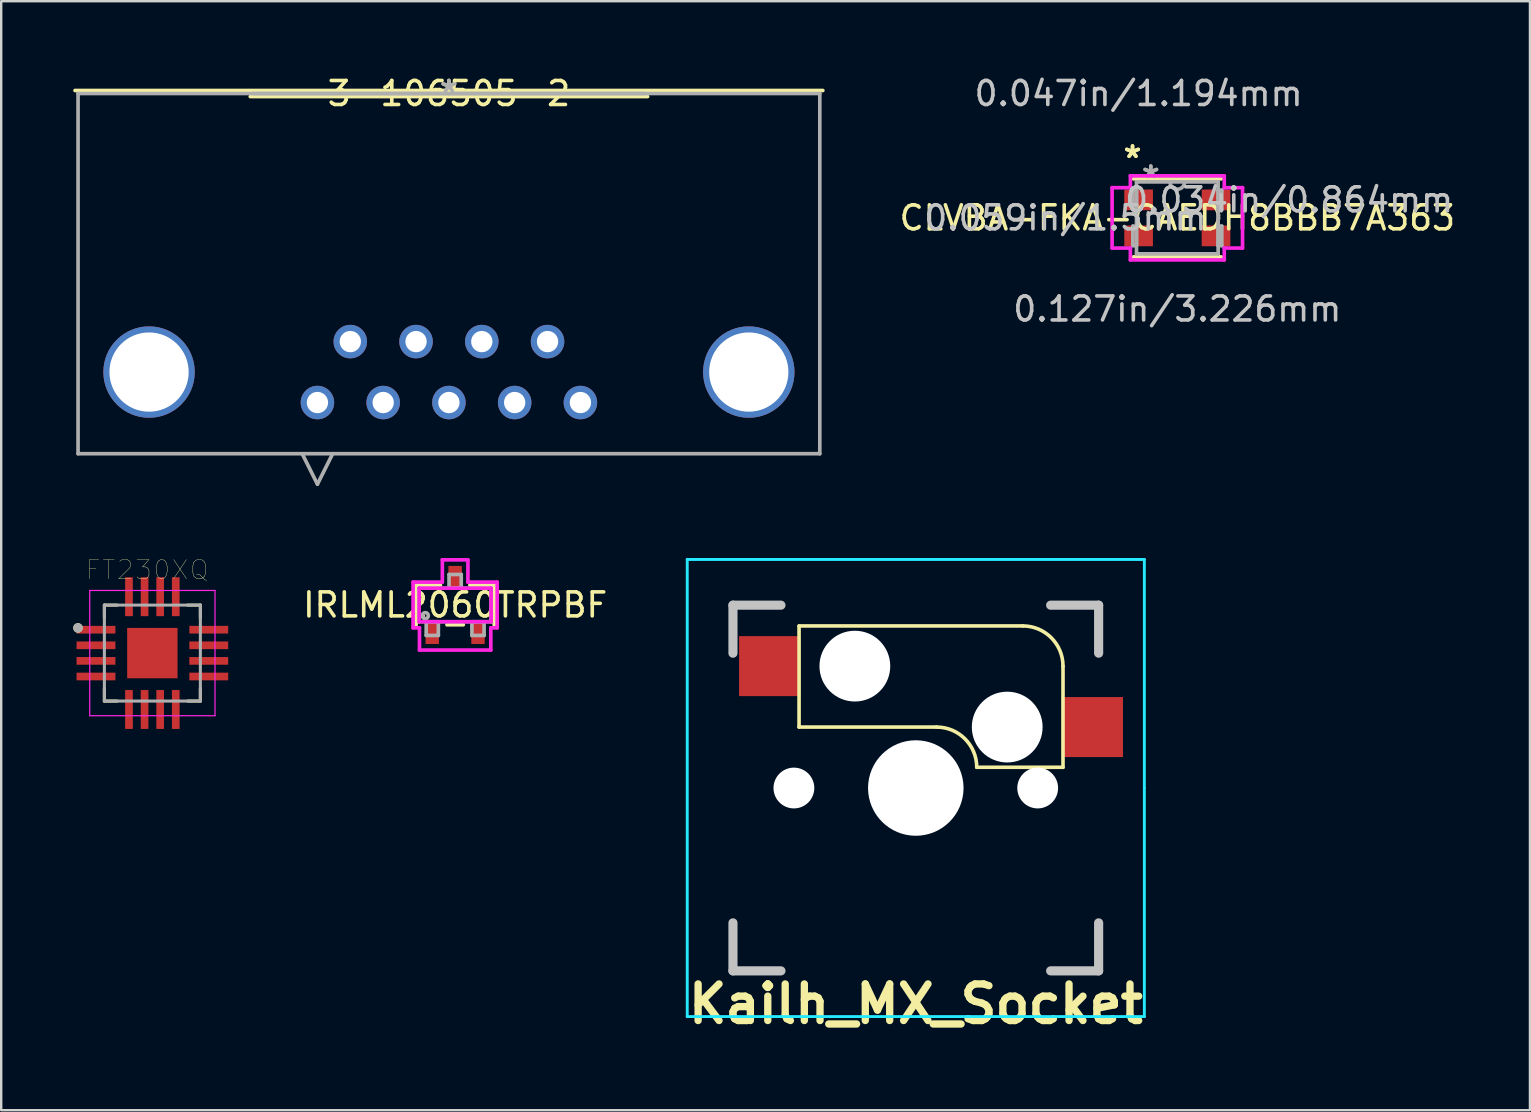
<source format=kicad_pcb>
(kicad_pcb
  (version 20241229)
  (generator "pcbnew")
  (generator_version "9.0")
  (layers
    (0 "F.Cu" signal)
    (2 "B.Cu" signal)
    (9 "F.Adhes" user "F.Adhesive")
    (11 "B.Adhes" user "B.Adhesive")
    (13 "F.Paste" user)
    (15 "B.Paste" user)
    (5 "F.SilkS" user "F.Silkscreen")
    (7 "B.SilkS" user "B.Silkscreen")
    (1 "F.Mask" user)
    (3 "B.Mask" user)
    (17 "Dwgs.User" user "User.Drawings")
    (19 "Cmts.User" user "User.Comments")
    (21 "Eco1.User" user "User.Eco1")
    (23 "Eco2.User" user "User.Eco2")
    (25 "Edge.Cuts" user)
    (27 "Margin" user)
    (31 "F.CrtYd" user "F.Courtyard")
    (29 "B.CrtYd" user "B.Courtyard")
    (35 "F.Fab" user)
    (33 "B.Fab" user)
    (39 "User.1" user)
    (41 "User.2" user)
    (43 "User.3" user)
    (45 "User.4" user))
  (footprint "3-106505-2"
    (layer "F.Cu")
    (at 15.659 0.848)
    (property "Reference" "3-106505-2" (at 0 0 0) (layer "F.SilkS") (effects (font (size 1 1) (thickness 0.15))))
    (attr through_hole)
    (fp_line (start -8.28 0.127) (end 8.28 0.127) (stroke (width 0.152) (type solid)) (layer "F.SilkS"))
    (fp_line (start 15.583 -0.127) (end -15.583 -0.127) (stroke (width 0.152) (type solid)) (layer "F.SilkS"))
    (fp_line (start -15.456 0) (end -15.456 15.011) (stroke (width 0.152) (type solid)) (layer "F.Fab"))
    (fp_line (start -15.456 15.011) (end 15.456 15.011) (stroke (width 0.152) (type solid)) (layer "F.Fab"))
    (fp_line (start -8.153 0) (end 8.153 0) (stroke (width 0.152) (type solid)) (layer "F.Fab"))
    (fp_line (start -6.115 15.011) (end -5.48 16.281) (stroke (width 0.152) (type solid)) (layer "F.Fab"))
    (fp_line (start -4.845 15.011) (end -5.48 16.281) (stroke (width 0.152) (type solid)) (layer "F.Fab"))
    (fp_line (start 15.456 0) (end -15.456 0) (stroke (width 0.152) (type solid)) (layer "F.Fab"))
    (fp_line (start 15.456 15.011) (end 15.456 0) (stroke (width 0.152) (type solid)) (layer "F.Fab"))
    (fp_text user "*" (at 0 0 0) (layer "F.SilkS") (effects (font (size 1 1) (thickness 0.15))))
    (fp_text user "Copyright 2016 Accelerated Designs. All rights reserved." (at 0 0 0) (layer "Cmts.User") (effects (font (size 0.127 0.127) (thickness 0.002))))
    (fp_text user "*" (at 0 0 0) (layer "F.Fab") (effects (font (size 1 1) (thickness 0.15))))
    (pad "1" thru_hole circle (at -5.48 12.878) (size 1.397 1.397) (drill 0.889) (layers "*.Cu" "*.Mask"))
    (pad "2" thru_hole circle (at -2.74 12.878) (size 1.397 1.397) (drill 0.889) (layers "*.Cu" "*.Mask"))
    (pad "3" thru_hole circle (at 0 12.878) (size 1.397 1.397) (drill 0.889) (layers "*.Cu" "*.Mask"))
    (pad "4" thru_hole circle (at 2.74 12.878) (size 1.397 1.397) (drill 0.889) (layers "*.Cu" "*.Mask"))
    (pad "5" thru_hole circle (at 5.48 12.878) (size 1.397 1.397) (drill 0.889) (layers "*.Cu" "*.Mask"))
    (pad "6" thru_hole circle (at -4.11 10.338) (size 1.397 1.397) (drill 0.889) (layers "*.Cu" "*.Mask"))
    (pad "7" thru_hole circle (at -1.37 10.338) (size 1.397 1.397) (drill 0.889) (layers "*.Cu" "*.Mask"))
    (pad "8" thru_hole circle (at 1.37 10.338) (size 1.397 1.397) (drill 0.889) (layers "*.Cu" "*.Mask"))
    (pad "9" thru_hole circle (at 4.11 10.338) (size 1.397 1.397) (drill 0.889) (layers "*.Cu" "*.Mask"))
    (pad "10" thru_hole circle (at -12.497 11.608) (size 3.81 3.81) (drill 3.302) (layers "*.Cu" "*.Mask"))
    (pad "11" thru_hole circle (at 12.497 11.608) (size 3.81 3.81) (drill 3.302) (layers "*.Cu" "*.Mask")))
  (footprint "IRLML2060TRPBF"
    (layer "F.Cu")
    (at 15.918 22.162)
    (property "Reference" "IRLML2060TRPBF" (at 0 0 0) (layer "F.SilkS") (effects (font (size 1 1) (thickness 0.15))))
    (attr through_hole)
    (fp_line (start -1.626 -0.826) (end -1.626 0.826) (stroke (width 0.152) (type solid)) (layer "F.SilkS"))
    (fp_line (start -0.612 -0.826) (end -1.626 -0.826) (stroke (width 0.152) (type solid)) (layer "F.SilkS"))
    (fp_line (start -0.34 0.826) (end 0.34 0.826) (stroke (width 0.152) (type solid)) (layer "F.SilkS"))
    (fp_line (start 1.626 -0.826) (end 0.612 -0.826) (stroke (width 0.152) (type solid)) (layer "F.SilkS"))
    (fp_line (start 1.626 0.826) (end 1.626 -0.826) (stroke (width 0.152) (type solid)) (layer "F.SilkS"))
    (fp_line (start -1.753 -0.953) (end -0.533 -0.953) (stroke (width 0.152) (type solid)) (layer "F.CrtYd"))
    (fp_line (start -1.753 0.953) (end -1.753 -0.953) (stroke (width 0.152) (type solid)) (layer "F.CrtYd"))
    (fp_line (start -1.499 -0.699) (end 1.499 -0.699) (stroke (width 0.152) (type solid)) (layer "F.CrtYd"))
    (fp_line (start -1.499 0.699) (end -1.499 -0.699) (stroke (width 0.152) (type solid)) (layer "F.CrtYd"))
    (fp_line (start -1.486 0.953) (end -1.753 0.953) (stroke (width 0.152) (type solid)) (layer "F.CrtYd"))
    (fp_line (start -1.486 1.88) (end -1.486 0.953) (stroke (width 0.152) (type solid)) (layer "F.CrtYd"))
    (fp_line (start -0.533 -1.88) (end 0.533 -1.88) (stroke (width 0.152) (type solid)) (layer "F.CrtYd"))
    (fp_line (start -0.533 -0.953) (end -0.533 -1.88) (stroke (width 0.152) (type solid)) (layer "F.CrtYd"))
    (fp_line (start 0.533 -1.88) (end 0.533 -0.953) (stroke (width 0.152) (type solid)) (layer "F.CrtYd"))
    (fp_line (start 0.533 -0.953) (end 1.753 -0.953) (stroke (width 0.152) (type solid)) (layer "F.CrtYd"))
    (fp_line (start 1.486 0.953) (end 1.486 1.88) (stroke (width 0.152) (type solid)) (layer "F.CrtYd"))
    (fp_line (start 1.486 1.88) (end -1.486 1.88) (stroke (width 0.152) (type solid)) (layer "F.CrtYd"))
    (fp_line (start 1.499 -0.699) (end 1.499 0.699) (stroke (width 0.152) (type solid)) (layer "F.CrtYd"))
    (fp_line (start 1.499 0.699) (end -1.499 0.699) (stroke (width 0.152) (type solid)) (layer "F.CrtYd"))
    (fp_line (start 1.753 -0.953) (end 1.753 0.953) (stroke (width 0.152) (type solid)) (layer "F.CrtYd"))
    (fp_line (start 1.753 0.953) (end 1.486 0.953) (stroke (width 0.152) (type solid)) (layer "F.CrtYd"))
    (fp_line (start -1.499 -0.699) (end -1.499 0.699) (stroke (width 0.152) (type solid)) (layer "F.Fab"))
    (fp_line (start -1.499 0.699) (end 1.499 0.699) (stroke (width 0.152) (type solid)) (layer "F.Fab"))
    (fp_line (start -1.206 0.699) (end -1.206 1.27) (stroke (width 0.152) (type solid)) (layer "F.Fab"))
    (fp_line (start -1.206 1.27) (end -0.699 1.27) (stroke (width 0.152) (type solid)) (layer "F.Fab"))
    (fp_line (start -0.699 0.699) (end -1.206 0.699) (stroke (width 0.152) (type solid)) (layer "F.Fab"))
    (fp_line (start -0.699 1.27) (end -0.699 0.699) (stroke (width 0.152) (type solid)) (layer "F.Fab"))
    (fp_line (start -0.254 -1.27) (end -0.254 -0.699) (stroke (width 0.152) (type solid)) (layer "F.Fab"))
    (fp_line (start -0.254 -0.699) (end 0.254 -0.699) (stroke (width 0.152) (type solid)) (layer "F.Fab"))
    (fp_line (start 0.254 -1.27) (end -0.254 -1.27) (stroke (width 0.152) (type solid)) (layer "F.Fab"))
    (fp_line (start 0.254 -0.699) (end 0.254 -1.27) (stroke (width 0.152) (type solid)) (layer "F.Fab"))
    (fp_line (start 0.699 0.699) (end 0.699 1.27) (stroke (width 0.152) (type solid)) (layer "F.Fab"))
    (fp_line (start 0.699 1.27) (end 1.206 1.27) (stroke (width 0.152) (type solid)) (layer "F.Fab"))
    (fp_line (start 1.206 0.699) (end 0.699 0.699) (stroke (width 0.152) (type solid)) (layer "F.Fab"))
    (fp_line (start 1.206 1.27) (end 1.206 0.699) (stroke (width 0.152) (type solid)) (layer "F.Fab"))
    (fp_line (start 1.499 -0.699) (end -1.499 -0.699) (stroke (width 0.152) (type solid)) (layer "F.Fab"))
    (fp_line (start 1.499 0.699) (end 1.499 -0.699) (stroke (width 0.152) (type solid)) (layer "F.Fab"))
    (fp_circle (center -1.245 0.445) (end -1.118 0.445) (stroke (width 0.152) (type solid)) (fill no) (layer "F.Fab"))
    (fp_text user "Copyright 2016 Accelerated Designs. All rights reserved." (at 0 0 0) (layer "Cmts.User") (effects (font (size 0.127 0.127) (thickness 0.002))))
    (pad "1" smd rect (at -0.953 1.194) (size 0.559 0.864) (layers "F.Cu" "F.Mask" "F.Paste"))
    (pad "2" smd rect (at 0.953 1.194) (size 0.559 0.864) (layers "F.Cu" "F.Mask" "F.Paste"))
    (pad "3" smd rect (at 0 -1.194) (size 0.559 0.864) (layers "F.Cu" "F.Mask" "F.Paste")))
  (footprint "FT230XQ"
    (layer "F.Cu")
    (at 3.3 24.168)
    (property "Reference" "FT230XQ" (at -0.218 -3.468 0) (layer "F.SilkS") (effects (font (size 0.8 0.8) (thickness 0.015))))
    (attr through_hole)
    (fp_line (start -2 -2) (end -1.47 -2) (stroke (width 0.127) (type solid)) (layer "F.SilkS"))
    (fp_line (start -2 -1.47) (end -2 -2) (stroke (width 0.127) (type solid)) (layer "F.SilkS"))
    (fp_line (start -2 2) (end -2 1.47) (stroke (width 0.127) (type solid)) (layer "F.SilkS"))
    (fp_line (start -1.47 2) (end -2 2) (stroke (width 0.127) (type solid)) (layer "F.SilkS"))
    (fp_line (start 1.47 -2) (end 2 -2) (stroke (width 0.127) (type solid)) (layer "F.SilkS"))
    (fp_line (start 2 -2) (end 2 -1.47) (stroke (width 0.127) (type solid)) (layer "F.SilkS"))
    (fp_line (start 2 1.47) (end 2 2) (stroke (width 0.127) (type solid)) (layer "F.SilkS"))
    (fp_line (start 2 2) (end 1.47 2) (stroke (width 0.127) (type solid)) (layer "F.SilkS"))
    (fp_circle (center -3.1 -1.05) (end -3 -1.05) (stroke (width 0.2) (type solid)) (fill no) (layer "F.SilkS"))
    (fp_poly (pts (xy -0.79 -0.79) (xy -0.13 -0.79) (xy -0.13 -0.13) (xy -0.79 -0.13)) (stroke (width 0.01) (type solid)) (fill yes) (layer "F.Paste"))
    (fp_poly (pts (xy -0.79 0.13) (xy -0.13 0.13) (xy -0.13 0.79) (xy -0.79 0.79)) (stroke (width 0.01) (type solid)) (fill yes) (layer "F.Paste"))
    (fp_poly (pts (xy 0.13 -0.79) (xy 0.79 -0.79) (xy 0.79 -0.13) (xy 0.13 -0.13)) (stroke (width 0.01) (type solid)) (fill yes) (layer "F.Paste"))
    (fp_poly (pts (xy 0.13 0.13) (xy 0.79 0.13) (xy 0.79 0.79) (xy 0.13 0.79)) (stroke (width 0.01) (type solid)) (fill yes) (layer "F.Paste"))
    (fp_line (start -2.61 -2.61) (end 2.61 -2.61) (stroke (width 0.05) (type solid)) (layer "F.CrtYd"))
    (fp_line (start -2.61 2.61) (end -2.61 -2.61) (stroke (width 0.05) (type solid)) (layer "F.CrtYd"))
    (fp_line (start 2.61 -2.61) (end 2.61 2.61) (stroke (width 0.05) (type solid)) (layer "F.CrtYd"))
    (fp_line (start 2.61 2.61) (end -2.61 2.61) (stroke (width 0.05) (type solid)) (layer "F.CrtYd"))
    (fp_line (start -2 -2) (end 2 -2) (stroke (width 0.127) (type solid)) (layer "F.Fab"))
    (fp_line (start -2 2) (end -2 -2) (stroke (width 0.127) (type solid)) (layer "F.Fab"))
    (fp_line (start 2 -2) (end 2 2) (stroke (width 0.127) (type solid)) (layer "F.Fab"))
    (fp_line (start 2 2) (end -2 2) (stroke (width 0.127) (type solid)) (layer "F.Fab"))
    (fp_circle (center -3.1 -1.05) (end -3 -1.05) (stroke (width 0.2) (type solid)) (fill no) (layer "F.Fab"))
    (pad "1" smd rect (at -2.35 -0.975) (size 1.62 0.32) (layers "F.Cu" "F.Mask" "F.Paste"))
    (pad "2" smd rect (at -2.35 -0.325) (size 1.62 0.32) (layers "F.Cu" "F.Mask" "F.Paste"))
    (pad "3" smd rect (at -2.35 0.325) (size 1.62 0.32) (layers "F.Cu" "F.Mask" "F.Paste"))
    (pad "4" smd rect (at -2.35 0.975) (size 1.62 0.32) (layers "F.Cu" "F.Mask" "F.Paste"))
    (pad "5" smd rect (at -0.975 2.35) (size 0.32 1.62) (layers "F.Cu" "F.Mask" "F.Paste"))
    (pad "6" smd rect (at -0.325 2.35) (size 0.32 1.62) (layers "F.Cu" "F.Mask" "F.Paste"))
    (pad "7" smd rect (at 0.325 2.35) (size 0.32 1.62) (layers "F.Cu" "F.Mask" "F.Paste"))
    (pad "8" smd rect (at 0.975 2.35) (size 0.32 1.62) (layers "F.Cu" "F.Mask" "F.Paste"))
    (pad "9" smd rect (at 2.35 0.975) (size 1.62 0.32) (layers "F.Cu" "F.Mask" "F.Paste"))
    (pad "10" smd rect (at 2.35 0.325) (size 1.62 0.32) (layers "F.Cu" "F.Mask" "F.Paste"))
    (pad "11" smd rect (at 2.35 -0.325) (size 1.62 0.32) (layers "F.Cu" "F.Mask" "F.Paste"))
    (pad "12" smd rect (at 2.35 -0.975) (size 1.62 0.32) (layers "F.Cu" "F.Mask" "F.Paste"))
    (pad "13" smd rect (at 0.975 -2.35) (size 0.32 1.62) (layers "F.Cu" "F.Mask" "F.Paste"))
    (pad "14" smd rect (at 0.325 -2.35) (size 0.32 1.62) (layers "F.Cu" "F.Mask" "F.Paste"))
    (pad "15" smd rect (at -0.325 -2.35) (size 0.32 1.62) (layers "F.Cu" "F.Mask" "F.Paste"))
    (pad "16" smd rect (at -0.975 -2.35) (size 0.32 1.62) (layers "F.Cu" "F.Mask" "F.Paste"))
    (pad "17" smd rect (at 0 0) (size 2.1 2.1) (layers "F.Cu" "F.Mask")))
  (footprint "CLVBA-FKA-CAEDH8BBB7A363"
    (layer "F.Cu")
    (at 46.015 6.03)
    (property "Reference" "CLVBA-FKA-CAEDH8BBB7A363" (at 0 0 0) (layer "F.SilkS") (effects (font (size 1 1) (thickness 0.15))))
    (attr through_hole)
    (fp_line (start -1.829 1.626) (end 1.829 1.626) (stroke (width 0.152) (type solid)) (layer "F.SilkS"))
    (fp_line (start 1.829 -1.626) (end -1.829 -1.626) (stroke (width 0.152) (type solid)) (layer "F.SilkS"))
    (fp_line (start -2.718 -1.258) (end -1.956 -1.258) (stroke (width 0.152) (type solid)) (layer "F.CrtYd"))
    (fp_line (start -2.718 1.258) (end -2.718 -1.258) (stroke (width 0.152) (type solid)) (layer "F.CrtYd"))
    (fp_line (start -1.956 -1.753) (end 1.956 -1.753) (stroke (width 0.152) (type solid)) (layer "F.CrtYd"))
    (fp_line (start -1.956 -1.258) (end -1.956 -1.753) (stroke (width 0.152) (type solid)) (layer "F.CrtYd"))
    (fp_line (start -1.956 1.258) (end -2.718 1.258) (stroke (width 0.152) (type solid)) (layer "F.CrtYd"))
    (fp_line (start -1.956 1.753) (end -1.956 1.258) (stroke (width 0.152) (type solid)) (layer "F.CrtYd"))
    (fp_line (start 1.956 -1.753) (end 1.956 -1.258) (stroke (width 0.152) (type solid)) (layer "F.CrtYd"))
    (fp_line (start 1.956 -1.258) (end 2.718 -1.258) (stroke (width 0.152) (type solid)) (layer "F.CrtYd"))
    (fp_line (start 1.956 1.258) (end 1.956 1.753) (stroke (width 0.152) (type solid)) (layer "F.CrtYd"))
    (fp_line (start 1.956 1.753) (end -1.956 1.753) (stroke (width 0.152) (type solid)) (layer "F.CrtYd"))
    (fp_line (start 2.718 -1.258) (end 2.718 1.258) (stroke (width 0.152) (type solid)) (layer "F.CrtYd"))
    (fp_line (start 2.718 1.258) (end 1.956 1.258) (stroke (width 0.152) (type solid)) (layer "F.CrtYd"))
    (fp_line (start -1.854 -1.156) (end -1.854 -0.344) (stroke (width 0.152) (type solid)) (layer "F.Fab"))
    (fp_line (start -1.854 -0.344) (end -1.702 -0.344) (stroke (width 0.152) (type solid)) (layer "F.Fab"))
    (fp_line (start -1.854 0.344) (end -1.854 1.156) (stroke (width 0.152) (type solid)) (layer "F.Fab"))
    (fp_line (start -1.854 1.156) (end -1.702 1.156) (stroke (width 0.152) (type solid)) (layer "F.Fab"))
    (fp_line (start -1.702 -1.499) (end -1.702 1.499) (stroke (width 0.152) (type solid)) (layer "F.Fab"))
    (fp_line (start -1.702 -1.156) (end -1.854 -1.156) (stroke (width 0.152) (type solid)) (layer "F.Fab"))
    (fp_line (start -1.702 -0.344) (end -1.702 -1.156) (stroke (width 0.152) (type solid)) (layer "F.Fab"))
    (fp_line (start -1.702 0.344) (end -1.854 0.344) (stroke (width 0.152) (type solid)) (layer "F.Fab"))
    (fp_line (start -1.702 1.156) (end -1.702 0.344) (stroke (width 0.152) (type solid)) (layer "F.Fab"))
    (fp_line (start -1.702 1.499) (end 1.702 1.499) (stroke (width 0.152) (type solid)) (layer "F.Fab"))
    (fp_line (start 1.702 -1.499) (end -1.702 -1.499) (stroke (width 0.152) (type solid)) (layer "F.Fab"))
    (fp_line (start 1.702 -1.156) (end 1.702 -0.344) (stroke (width 0.152) (type solid)) (layer "F.Fab"))
    (fp_line (start 1.702 -0.344) (end 1.854 -0.344) (stroke (width 0.152) (type solid)) (layer "F.Fab"))
    (fp_line (start 1.702 0.344) (end 1.702 1.156) (stroke (width 0.152) (type solid)) (layer "F.Fab"))
    (fp_line (start 1.702 1.156) (end 1.854 1.156) (stroke (width 0.152) (type solid)) (layer "F.Fab"))
    (fp_line (start 1.702 1.499) (end 1.702 -1.499) (stroke (width 0.152) (type solid)) (layer "F.Fab"))
    (fp_line (start 1.854 -1.156) (end 1.702 -1.156) (stroke (width 0.152) (type solid)) (layer "F.Fab"))
    (fp_line (start 1.854 -0.344) (end 1.854 -1.156) (stroke (width 0.152) (type solid)) (layer "F.Fab"))
    (fp_line (start 1.854 0.344) (end 1.702 0.344) (stroke (width 0.152) (type solid)) (layer "F.Fab"))
    (fp_line (start 1.854 1.156) (end 1.854 0.344) (stroke (width 0.152) (type solid)) (layer "F.Fab"))
    (fp_arc (start 0.3048 -1.4986) (mid 0 -1.1938) (end -0.3048 -1.4986) (stroke (width 0.1524) (type solid)) (layer "F.Fab"))
    (fp_text user "*" (at -1.867 -2.452 0) (layer "F.SilkS") (effects (font (size 1 1) (thickness 0.15))))
    (fp_text user "*" (at -1.867 -2.452 0) (layer "F.SilkS") (effects (font (size 1 1) (thickness 0.15))))
    (fp_text user "0.047in/1.194mm" (at -1.613 -5.182 0) (layer "Dwgs.User") (effects (font (size 1 1) (thickness 0.15))))
    (fp_text user "0.034in/0.864mm" (at 4.661 -0.75 0) (layer "Dwgs.User") (effects (font (size 1 1) (thickness 0.15))))
    (fp_text user "0.127in/3.226mm" (at 0 3.798 0) (layer "Dwgs.User") (effects (font (size 1 1) (thickness 0.15))))
    (fp_text user "0.059in/1.5mm" (at -4.661 0 0) (layer "Dwgs.User") (effects (font (size 1 1) (thickness 0.15))))
    (fp_text user "Copyright 2016 Accelerated Designs. All rights reserved." (at 0 0 0) (layer "Cmts.User") (effects (font (size 0.127 0.127) (thickness 0.002))))
    (fp_text user "*" (at -1.105 -1.614 0) (layer "F.Fab") (effects (font (size 1 1) (thickness 0.15))))
    (fp_text user "*" (at -1.105 -1.614 0) (layer "F.Fab") (effects (font (size 1 1) (thickness 0.15))))
    (pad "1" smd rect (at -1.613 -0.75) (size 1.194 0.864) (layers "F.Cu" "F.Mask" "F.Paste"))
    (pad "2" smd rect (at -1.613 0.75) (size 1.194 0.864) (layers "F.Cu" "F.Mask" "F.Paste"))
    (pad "3" smd rect (at 1.613 0.75) (size 1.194 0.864) (layers "F.Cu" "F.Mask" "F.Paste"))
    (pad "4" smd rect (at 1.613 -0.75) (size 1.194 0.864) (layers "F.Cu" "F.Mask" "F.Paste")))
  (footprint "Kailh_MX_Socket"
    (layer "F.Cu")
    (at 35.116 29.791)
    (property "Reference" "Kailh_MX_Socket" (at 0 9 0) (layer "F.SilkS") (effects (font (size 1.524 1.524) (thickness 0.305))))
    (attr through_hole)
    (fp_line (start -4.865 -6.75) (end -4.865 -2.54) (stroke (width 0.15) (type solid)) (layer "F.SilkS"))
    (fp_line (start 0.865 -2.54) (end -4.865 -2.54) (stroke (width 0.15) (type solid)) (layer "F.SilkS"))
    (fp_line (start 4.46 -6.755) (end -4.865 -6.755) (stroke (width 0.15) (type solid)) (layer "F.SilkS"))
    (fp_line (start 6.135 -5.08) (end 6.135 -0.865) (stroke (width 0.15) (type solid)) (layer "F.SilkS"))
    (fp_line (start 6.135 -0.865) (end 2.54 -0.865) (stroke (width 0.15) (type solid)) (layer "F.SilkS"))
    (fp_arc (start 0.865 -2.54) (mid 2.049404 -2.049404) (end 2.54 -0.865) (stroke (width 0.15) (type solid)) (layer "F.SilkS"))
    (fp_arc (start 4.46 -6.755) (mid 5.644404 -6.264404) (end 6.135 -5.08) (stroke (width 0.15) (type solid)) (layer "F.SilkS"))
    (fp_line (start -7.62 -7.62) (end -5.62 -7.62) (stroke (width 0.381) (type solid)) (layer "Dwgs.User"))
    (fp_line (start -7.62 -5.62) (end -7.62 -7.62) (stroke (width 0.381) (type solid)) (layer "Dwgs.User"))
    (fp_line (start -7.62 5.62) (end -7.62 7.62) (stroke (width 0.381) (type solid)) (layer "Dwgs.User"))
    (fp_line (start -7.62 7.62) (end -5.62 7.62) (stroke (width 0.381) (type solid)) (layer "Dwgs.User"))
    (fp_line (start 5.62 -7.62) (end 7.62 -7.62) (stroke (width 0.381) (type solid)) (layer "Dwgs.User"))
    (fp_line (start 5.62 7.62) (end 7.62 7.62) (stroke (width 0.381) (type solid)) (layer "Dwgs.User"))
    (fp_line (start 7.62 -7.62) (end 7.62 -5.62) (stroke (width 0.381) (type solid)) (layer "Dwgs.User"))
    (fp_line (start 7.62 5.62) (end 7.62 7.62) (stroke (width 0.381) (type solid)) (layer "Dwgs.User"))
    (fp_line (start -9.525 -9.525) (end 9.525 -9.525) (stroke (width 0.12) (type solid)) (layer "B.CrtYd"))
    (fp_line (start -9.525 9.525) (end -9.525 -9.525) (stroke (width 0.12) (type solid)) (layer "B.CrtYd"))
    (fp_line (start 9.525 -9.525) (end 9.525 0) (stroke (width 0.12) (type solid)) (layer "B.CrtYd"))
    (fp_line (start 9.525 0) (end 9.525 9.525) (stroke (width 0.12) (type solid)) (layer "B.CrtYd"))
    (fp_line (start 9.525 9.525) (end -9.525 9.525) (stroke (width 0.12) (type solid)) (layer "B.CrtYd"))
    (pad "" np_thru_hole circle (at -5.08 0) (size 1.7 1.7) (drill 1.7) (layers "*.Cu" "*.Mask"))
    (pad "" np_thru_hole circle (at -2.54 -5.08) (size 2.95 2.95) (drill 2.95) (layers "*.Cu" "*.Mask"))
    (pad "" np_thru_hole circle (at 0 0) (size 3.98 3.98) (drill 3.98) (layers "*.Cu" "*.Mask"))
    (pad "" np_thru_hole circle (at 3.81 -2.54) (size 2.95 2.95) (drill 2.95) (layers "*.Cu" "*.Mask"))
    (pad "" np_thru_hole circle (at 5.08 0) (size 1.7 1.7) (drill 1.7) (layers "*.Cu" "*.Mask"))
    (pad "1" smd rect (at 7.36 -2.54) (size 2.55 2.5) (layers "F.Cu" "F.Mask" "F.Paste"))
    (pad "2" smd rect (at -6.09 -5.08) (size 2.55 2.5) (layers "F.Cu" "F.Mask" "F.Paste")))
  (gr_rect
    (start -3 -3)
    (end 60.711 43.217)
    (stroke (width 0.1) (type default))
    (fill no)
    (layer "Edge.Cuts")))
</source>
